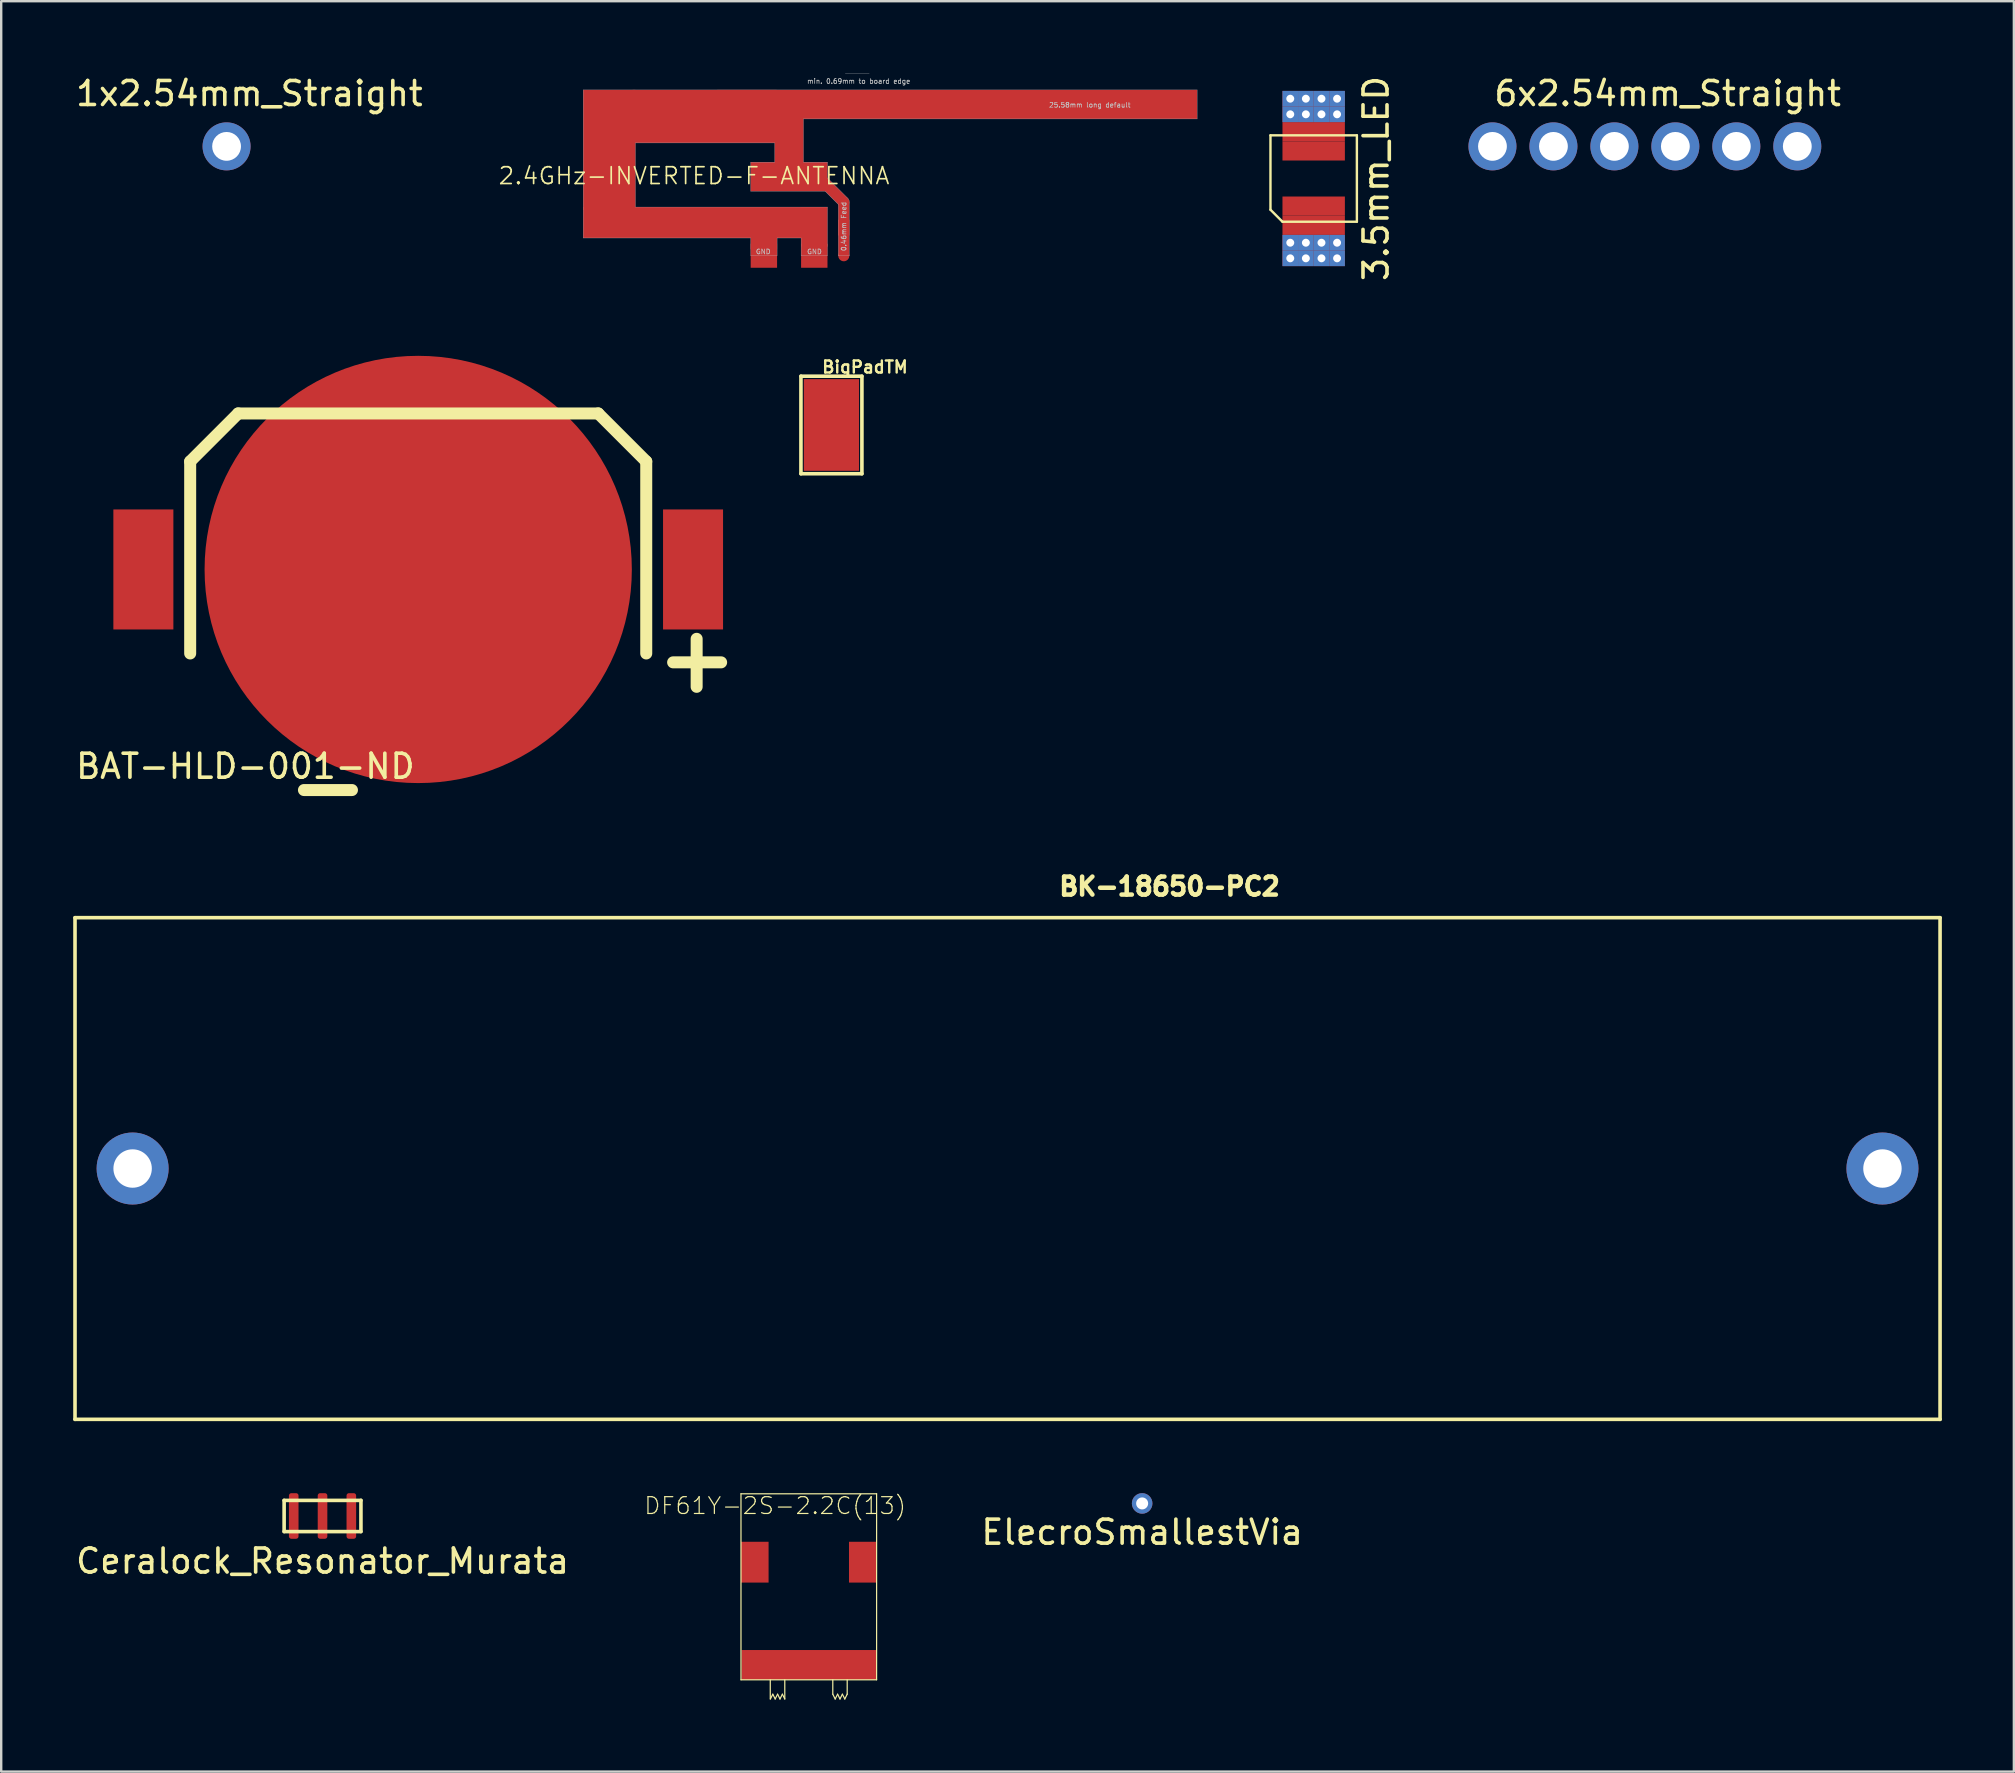
<source format=kicad_pcb>
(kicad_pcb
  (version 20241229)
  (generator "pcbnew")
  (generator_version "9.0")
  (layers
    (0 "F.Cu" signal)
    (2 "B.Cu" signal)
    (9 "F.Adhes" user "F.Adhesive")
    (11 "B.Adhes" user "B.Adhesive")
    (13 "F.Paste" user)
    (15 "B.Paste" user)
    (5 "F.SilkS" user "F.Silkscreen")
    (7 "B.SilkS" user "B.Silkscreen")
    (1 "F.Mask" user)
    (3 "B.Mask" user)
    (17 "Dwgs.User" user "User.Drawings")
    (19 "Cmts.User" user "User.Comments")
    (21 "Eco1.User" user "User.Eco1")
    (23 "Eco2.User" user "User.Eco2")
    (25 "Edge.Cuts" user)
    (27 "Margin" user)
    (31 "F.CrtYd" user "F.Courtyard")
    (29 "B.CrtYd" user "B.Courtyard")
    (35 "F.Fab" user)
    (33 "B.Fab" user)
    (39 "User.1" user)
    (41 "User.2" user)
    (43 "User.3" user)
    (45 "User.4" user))
  (footprint "DF61Y-2S-2.2C(13)"
    (layer "F.Cu")
    (at 30.645 66.932)
    (property "Reference" "DF61Y-2S-2.2C(13)" (at -1.4 -7.25 0) (layer "F.SilkS") (effects (font (size 0.7 0.7) (thickness 0.05))))
    (attr through_hole)
    (fp_line (start -2.825 -7.75) (end 2.825 -7.75) (stroke (width 0.05) (type solid)) (layer "F.SilkS"))
    (fp_line (start -2.825 0) (end -2.825 -7.75) (stroke (width 0.05) (type solid)) (layer "F.SilkS"))
    (fp_line (start -2.825 0) (end 2.825 0) (stroke (width 0.05) (type solid)) (layer "F.SilkS"))
    (fp_line (start -1.605 0) (end -1.605 0.8) (stroke (width 0.05) (type solid)) (layer "F.SilkS"))
    (fp_line (start -1.6 0.8) (end -1.5 0.6) (stroke (width 0.05) (type solid)) (layer "F.SilkS"))
    (fp_line (start -1.4 0.8) (end -1.5 0.6) (stroke (width 0.05) (type solid)) (layer "F.SilkS"))
    (fp_line (start -1.3 0.6) (end -1.4 0.8) (stroke (width 0.05) (type solid)) (layer "F.SilkS"))
    (fp_line (start -1.2 0.8) (end -1.3 0.6) (stroke (width 0.05) (type solid)) (layer "F.SilkS"))
    (fp_line (start -1.1 0.6) (end -1.2 0.8) (stroke (width 0.05) (type solid)) (layer "F.SilkS"))
    (fp_line (start -1 0.8) (end -1.1 0.6) (stroke (width 0.05) (type solid)) (layer "F.SilkS"))
    (fp_line (start -1 0.8) (end -1 0) (stroke (width 0.05) (type solid)) (layer "F.SilkS"))
    (fp_line (start 1 0.6) (end 1 0) (stroke (width 0.05) (type solid)) (layer "F.SilkS"))
    (fp_line (start 1.1 0.8) (end 1 0.6) (stroke (width 0.05) (type solid)) (layer "F.SilkS"))
    (fp_line (start 1.1 0.8) (end 1.2 0.6) (stroke (width 0.05) (type solid)) (layer "F.SilkS"))
    (fp_line (start 1.2 0.6) (end 1.3 0.8) (stroke (width 0.05) (type solid)) (layer "F.SilkS"))
    (fp_line (start 1.3 0.8) (end 1.4 0.6) (stroke (width 0.05) (type solid)) (layer "F.SilkS"))
    (fp_line (start 1.4 0.6) (end 1.5 0.8) (stroke (width 0.05) (type solid)) (layer "F.SilkS"))
    (fp_line (start 1.5 0.8) (end 1.6 0.6) (stroke (width 0.05) (type solid)) (layer "F.SilkS"))
    (fp_line (start 1.6 0.6) (end 1.6 0) (stroke (width 0.05) (type solid)) (layer "F.SilkS"))
    (fp_line (start 2.825 0) (end 2.825 -7.75) (stroke (width 0.05) (type solid)) (layer "F.SilkS"))
    (pad "1" smd rect (at -2.25 -4.9) (size 1.15 1.7) (layers "F.Cu" "F.Mask" "F.Paste"))
    (pad "2" smd rect (at 0 -0.62) (size 5.6 1.24) (layers "F.Cu" "F.Mask" "F.Paste"))
    (pad "2" smd rect (at 2.25 -4.9) (size 1.15 1.7) (layers "F.Cu" "F.Mask" "F.Paste")))
  (footprint "Ceralock_Resonator_Murata"
    (layer "F.Cu")
    (at 10.387 60.107)
    (property "Reference" "Ceralock_Resonator_Murata" (at 0 1.88 0) (layer "F.SilkS") (effects (font (size 1 1) (thickness 0.15))))
    (attr smd)
    (fp_line (start -1.6 -0.65) (end -1.6 0.65) (stroke (width 0.15) (type solid)) (layer "F.SilkS"))
    (fp_line (start -1.6 -0.65) (end 1.6 -0.65) (stroke (width 0.15) (type solid)) (layer "F.SilkS"))
    (fp_line (start -1.6 0.65) (end 1.6 0.65) (stroke (width 0.15) (type solid)) (layer "F.SilkS"))
    (fp_line (start 1.6 -0.65) (end 1.6 0.65) (stroke (width 0.15) (type solid)) (layer "F.SilkS"))
    (pad "1" smd roundrect (at 1.2 0) (size 0.4 1.9) (layers "F.Cu" "F.Mask" "F.Paste") (roundrect_rratio 0.25))
    (pad "2" smd roundrect (at 0 0) (size 0.4 1.9) (layers "F.Cu" "F.Mask" "F.Paste") (roundrect_rratio 0.25))
    (pad "3" smd roundrect (at -1.2 0) (size 0.4 1.9) (layers "F.Cu" "F.Mask" "F.Paste") (roundrect_rratio 0.25)))
  (footprint "2.4GHz-INVERTED-F-ANTENNA"
    (layer "F.Cu")
    (at 32.104 7.605)
    (property "Reference" "2.4GHz-INVERTED-F-ANTENNA" (at -6.24 -3.33 0) (layer "F.SilkS") (effects (font (size 0.7 0.7) (thickness 0.07))))
    (attr through_hole)
    (fp_line (start -10.86 -6.91) (end -10.86 -0.74) (stroke (width 0.01) (type solid)) (layer "Dwgs.User"))
    (fp_line (start -10.86 -0.74) (end -3.88 -0.74) (stroke (width 0.01) (type solid)) (layer "Dwgs.User"))
    (fp_line (start -8.68 -4.7) (end -2.88 -4.7) (stroke (width 0.01) (type solid)) (layer "Dwgs.User"))
    (fp_line (start -8.68 -2.03) (end -8.68 -4.7) (stroke (width 0.01) (type solid)) (layer "Dwgs.User"))
    (fp_line (start -3.88 -3.9) (end -3.88 -2.69) (stroke (width 0.01) (type solid)) (layer "Dwgs.User"))
    (fp_line (start -3.88 -2.69) (end -0.78 -2.69) (stroke (width 0.01) (type solid)) (layer "Dwgs.User"))
    (fp_line (start -3.88 -0.74) (end -3.88 0) (stroke (width 0.01) (type solid)) (layer "Dwgs.User"))
    (fp_line (start -3.88 0) (end -2.78 0) (stroke (width 0.01) (type solid)) (layer "Dwgs.User"))
    (fp_line (start -2.88 -4.7) (end -2.88 -3.9) (stroke (width 0.01) (type solid)) (layer "Dwgs.User"))
    (fp_line (start -2.88 -3.9) (end -3.88 -3.9) (stroke (width 0.01) (type solid)) (layer "Dwgs.User"))
    (fp_line (start -2.78 -0.74) (end -2.78 0) (stroke (width 0.01) (type solid)) (layer "Dwgs.User"))
    (fp_line (start -2.78 -0.74) (end -1.78 -0.74) (stroke (width 0.01) (type solid)) (layer "Dwgs.User"))
    (fp_line (start -1.78 -0.74) (end -1.78 0) (stroke (width 0.01) (type solid)) (layer "Dwgs.User"))
    (fp_line (start -1.78 0) (end -0.68 0) (stroke (width 0.01) (type solid)) (layer "Dwgs.User"))
    (fp_line (start -1.68 -5.7) (end 14.72 -5.7) (stroke (width 0.01) (type solid)) (layer "Dwgs.User"))
    (fp_line (start -1.68 -3.9) (end -1.68 -5.7) (stroke (width 0.01) (type solid)) (layer "Dwgs.User"))
    (fp_line (start -0.78 -2.69) (end -0.23 -2.14) (stroke (width 0.01) (type solid)) (layer "Dwgs.User"))
    (fp_line (start -0.68 -3.9) (end -1.68 -3.9) (stroke (width 0.01) (type solid)) (layer "Dwgs.User"))
    (fp_line (start -0.68 -3.24) (end -0.68 -3.9) (stroke (width 0.01) (type solid)) (layer "Dwgs.User"))
    (fp_line (start -0.68 -2.03) (end -8.68 -2.03) (stroke (width 0.01) (type solid)) (layer "Dwgs.User"))
    (fp_line (start -0.68 0) (end -0.68 -2.03) (stroke (width 0.01) (type solid)) (layer "Dwgs.User"))
    (fp_line (start -0.23 0) (end -0.23 -2.14) (stroke (width 0.01) (type solid)) (layer "Dwgs.User"))
    (fp_line (start 0.18 -2.38) (end -0.68 -3.24) (stroke (width 0.01) (type solid)) (layer "Dwgs.User"))
    (fp_line (start 0.22 -2.31) (end 0.18 -2.38) (stroke (width 0.01) (type solid)) (layer "Dwgs.User"))
    (fp_line (start 0.23 -2.24) (end 0.22 -2.31) (stroke (width 0.01) (type solid)) (layer "Dwgs.User"))
    (fp_line (start 0.23 0) (end -0.23 0) (stroke (width 0.01) (type solid)) (layer "Dwgs.User"))
    (fp_line (start 0.23 0) (end 0.23 -2.24) (stroke (width 0.01) (type solid)) (layer "Dwgs.User"))
    (fp_line (start 1.06 -7.6) (end 0.06 -7.6) (stroke (width 0.01) (type solid)) (layer "Dwgs.User"))
    (fp_line (start 14.72 -6.91) (end -10.86 -6.91) (stroke (width 0.01) (type solid)) (layer "Dwgs.User"))
    (fp_line (start 14.72 -5.7) (end 14.72 -6.91) (stroke (width 0.01) (type solid)) (layer "Dwgs.User"))
    (fp_text user "min. 0.69mm to board edge" (at 0.62 -7.27 0) (layer "Dwgs.User") (effects (font (size 0.2 0.2) (thickness 0.03))))
    (fp_text user "GND          GND" (at -2.29 -0.17 0) (layer "Dwgs.User") (effects (font (size 0.2 0.2) (thickness 0.03))))
    (fp_text user "0.46mm Feed" (at 0 -1.22 90) (layer "Dwgs.User") (effects (font (size 0.2 0.2) (thickness 0.03))))
    (fp_text user "25.58mm long default" (at 10.25 -6.28 0) (layer "Dwgs.User") (effects (font (size 0.2 0.2) (thickness 0.03))))
    (pad "1" smd rect (at -9.77 -4.41) (size 2.18 5) (layers "F.Cu"))
    (pad "1" smd rect (at -5.86 -1.385) (size 10 1.29) (layers "F.Cu"))
    (pad "1" smd rect (at -5.8 -5.805) (size 6 2.21) (layers "F.Cu"))
    (pad "1" smd rect (at -3.33 -1.03) (size 1.1 1.524) (layers "F.Cu"))
    (pad "1" smd rect (at -2.28 -4.52) (size 1.2 3) (layers "F.Cu"))
    (pad "1" smd rect (at -2.28 -3.295) (size 3.2 1.21) (layers "F.Cu"))
    (pad "1" smd rect (at -1.23 -1.205) (size 1.1 1.651) (layers "F.Cu"))
    (pad "1" smd rect (at -0.495 -2.73 45) (size 0.46 1.4) (layers "F.Cu"))
    (pad "1" smd circle (at 0 -2.235) (size 0.46 0.46) (layers "F.Cu"))
    (pad "1" smd rect (at 0 -1.54) (size 0.46 1.39) (layers "F.Cu"))
    (pad "1" smd rect (at 0 -0.75) (size 0.46 1.5) (layers "F.Cu"))
    (pad "1" smd circle (at 0 0) (size 0.46 0.46) (layers "F.Cu"))
    (pad "1" smd rect (at 4.72 -6.305) (size 20 1.21) (layers "F.Cu"))
    (pad "2" smd rect (at -3.33 0) (size 1.1 1) (layers "F.Cu"))
    (pad "2" smd rect (at -1.23 0) (size 1.1 1) (layers "F.Cu")))
  (footprint "BK-18650-PC2"
    (layer "F.Cu")
    (at 38.925 45.632)
    (property "Reference" "BK-18650-PC2" (at 6.75 -11.75 0) (layer "F.SilkS") (effects (font (size 0.75 0.75) (thickness 0.188))))
    (attr through_hole)
    (fp_line (start -38.85 -10.45) (end -38.85 10.45) (stroke (width 0.15) (type solid)) (layer "F.SilkS"))
    (fp_line (start -38.85 10.45) (end 38.85 10.45) (stroke (width 0.15) (type solid)) (layer "F.SilkS"))
    (fp_line (start 38.85 -10.45) (end -38.85 -10.45) (stroke (width 0.15) (type solid)) (layer "F.SilkS"))
    (fp_line (start 38.85 10.45) (end 38.85 -10.45) (stroke (width 0.15) (type solid)) (layer "F.SilkS"))
    (pad "1+" thru_hole circle (at -36.45 0) (size 3 3) (drill 1.6) (layers "*.Cu" "*.Mask"))
    (pad "1-" thru_hole circle (at 36.45 0) (size 3 3) (drill 1.6) (layers "*.Cu" "*.Mask")))
  (footprint "1x2.54mm_Straight"
    (layer "F.Cu")
    (at 6.389 3.048)
    (property "Reference" "1x2.54mm_Straight" (at 0.95 -2.2 0) (layer "F.SilkS") (effects (font (size 1 1) (thickness 0.15))))
    (attr through_hole)
    (pad "1" thru_hole circle (at 0 0) (size 2 2) (drill 1.2) (layers "*.Cu" "*.Mask")))
  (footprint "6x2.54mm_Straight"
    (layer "F.Cu")
    (at 65.477 3.048)
    (property "Reference" "6x2.54mm_Straight" (at 0.95 -2.2 0) (layer "F.SilkS") (effects (font (size 1 1) (thickness 0.15))))
    (attr through_hole)
    (pad "1" thru_hole circle (at -6.35 0) (size 2 2) (drill 1.2) (layers "*.Cu" "*.Mask"))
    (pad "2" thru_hole circle (at -3.81 0) (size 2 2) (drill 1.2) (layers "*.Cu" "*.Mask"))
    (pad "3" thru_hole circle (at -1.27 0) (size 2 2) (drill 1.2) (layers "*.Cu" "*.Mask"))
    (pad "4" thru_hole circle (at 1.27 0) (size 2 2) (drill 1.2) (layers "*.Cu" "*.Mask"))
    (pad "5" thru_hole circle (at 3.81 0) (size 2 2) (drill 1.2) (layers "*.Cu" "*.Mask"))
    (pad "6" thru_hole circle (at 6.35 0) (size 2 2) (drill 1.2) (layers "*.Cu" "*.Mask")))
  (footprint "3.5mm_LED"
    (layer "F.Cu")
    (at 51.679 4.387)
    (property "Reference" "3.5mm_LED" (at 2.6 0 90) (layer "F.SilkS") (effects (font (size 1 1) (thickness 0.15))))
    (attr through_hole)
    (fp_line (start -1.8 -1.8) (end -1.8 1.3) (stroke (width 0.1) (type solid)) (layer "F.SilkS"))
    (fp_line (start -1.8 1.3) (end -1.3 1.8) (stroke (width 0.1) (type solid)) (layer "F.SilkS"))
    (fp_line (start -1.3 1.8) (end 1.8 1.8) (stroke (width 0.1) (type solid)) (layer "F.SilkS"))
    (fp_line (start 1.8 -1.8) (end -1.8 -1.8) (stroke (width 0.1) (type solid)) (layer "F.SilkS"))
    (fp_line (start 1.8 1.8) (end 1.8 -1.8) (stroke (width 0.1) (type solid)) (layer "F.SilkS"))
    (pad "1" thru_hole rect (at -0.975 -3.325) (size 0.65 0.65) (drill 0.33) (layers "*.Cu"))
    (pad "1" thru_hole rect (at -0.975 -2.675) (size 0.65 0.65) (drill 0.33) (layers "*.Cu"))
    (pad "1" thru_hole rect (at -0.325 -3.325) (size 0.65 0.65) (drill 0.33) (layers "*.Cu"))
    (pad "1" thru_hole rect (at -0.325 -2.675) (size 0.65 0.65) (drill 0.33) (layers "*.Cu"))
    (pad "1" smd rect (at 0 -1.95) (size 2.6 0.8) (layers "F.Cu"))
    (pad "1" smd rect (at 0 -1.15) (size 2.6 0.8) (layers "F.Cu" "F.Mask" "F.Paste"))
    (pad "1" thru_hole rect (at 0.325 -3.325) (size 0.65 0.65) (drill 0.33) (layers "*.Cu"))
    (pad "1" thru_hole rect (at 0.325 -2.675) (size 0.65 0.65) (drill 0.33) (layers "*.Cu"))
    (pad "1" thru_hole rect (at 0.975 -3.325) (size 0.65 0.65) (drill 0.33) (layers "*.Cu"))
    (pad "1" thru_hole rect (at 0.975 -2.675) (size 0.65 0.65) (drill 0.33) (layers "*.Cu"))
    (pad "2" thru_hole rect (at -0.975 2.675) (size 0.65 0.65) (drill 0.33) (layers "*.Cu"))
    (pad "2" thru_hole rect (at -0.975 3.325) (size 0.65 0.65) (drill 0.33) (layers "*.Cu"))
    (pad "2" thru_hole rect (at -0.325 2.675) (size 0.65 0.65) (drill 0.33) (layers "*.Cu"))
    (pad "2" thru_hole rect (at -0.325 3.325) (size 0.65 0.65) (drill 0.33) (layers "*.Cu"))
    (pad "2" smd rect (at 0 1.15) (size 2.6 0.8) (layers "F.Cu" "F.Mask" "F.Paste"))
    (pad "2" smd rect (at 0 1.95) (size 2.6 0.8) (layers "F.Cu"))
    (pad "2" thru_hole rect (at 0.325 2.675) (size 0.65 0.65) (drill 0.33) (layers "*.Cu"))
    (pad "2" thru_hole rect (at 0.325 3.325) (size 0.65 0.65) (drill 0.33) (layers "*.Cu"))
    (pad "2" thru_hole rect (at 0.975 2.675) (size 0.65 0.65) (drill 0.33) (layers "*.Cu"))
    (pad "2" thru_hole rect (at 0.975 3.325) (size 0.65 0.65) (drill 0.33) (layers "*.Cu")))
  (footprint "BigPadTM"
    (layer "F.Cu")
    (at 31.588 14.655)
    (property "Reference" "BigPadTM" (at 1.397 -2.413 0) (layer "F.SilkS") (effects (font (size 0.5 0.5) (thickness 0.1))))
    (attr through_hole)
    (fp_line (start -1.27 -2.032) (end 1.27 -2.032) (stroke (width 0.15) (type solid)) (layer "F.SilkS"))
    (fp_line (start -1.27 2.032) (end -1.27 -2.032) (stroke (width 0.15) (type solid)) (layer "F.SilkS"))
    (fp_line (start 1.27 -2.032) (end 1.27 2.032) (stroke (width 0.15) (type solid)) (layer "F.SilkS"))
    (fp_line (start 1.27 2.032) (end -1.27 2.032) (stroke (width 0.15) (type solid)) (layer "F.SilkS"))
    (pad "1" smd rect (at 0 0) (size 2.3 3.82) (layers "F.Cu" "F.Mask" "F.Paste")))
  (footprint "BAT-HLD-001-ND"
    (layer "F.Cu")
    (at 14.373 20.674)
    (property "Reference" "BAT-HLD-001-ND" (at -7.2 8.2 0) (layer "F.SilkS") (effects (font (size 1 1) (thickness 0.15))))
    (attr through_hole)
    (fp_line (start -9.5 -4.5) (end -7.5 -6.5) (stroke (width 0.5) (type solid)) (layer "F.SilkS"))
    (fp_line (start -9.5 3.5) (end -9.5 -4.5) (stroke (width 0.5) (type solid)) (layer "F.SilkS"))
    (fp_line (start -7.5 -6.5) (end 7.5 -6.5) (stroke (width 0.5) (type solid)) (layer "F.SilkS"))
    (fp_line (start -4.76 9.19) (end -2.76 9.19) (stroke (width 0.5) (type solid)) (layer "F.SilkS"))
    (fp_line (start 7.5 -6.5) (end 9.5 -4.5) (stroke (width 0.5) (type solid)) (layer "F.SilkS"))
    (fp_line (start 9.5 -4.5) (end 9.5 3.5) (stroke (width 0.5) (type solid)) (layer "F.SilkS"))
    (fp_line (start 10.62 3.87) (end 12.62 3.87) (stroke (width 0.5) (type solid)) (layer "F.SilkS"))
    (fp_line (start 11.6 2.89) (end 11.6 4.89) (stroke (width 0.5) (type solid)) (layer "F.SilkS"))
    (pad "1" connect circle (at 0 0) (size 17.8 17.8) (layers "F.Cu" "F.Mask"))
    (pad "2" smd rect (at -11.45 0) (size 2.5 5) (layers "F.Cu" "F.Mask" "F.Paste"))
    (pad "2" smd rect (at 11.45 0) (size 2.5 5) (layers "F.Cu" "F.Mask" "F.Paste")))
  (footprint "ElecroSmallestVia"
    (layer "F.Cu")
    (at 44.533 59.584)
    (property "Reference" "ElecroSmallestVia" (at 0 1.2 0) (layer "F.SilkS") (effects (font (size 1 1) (thickness 0.15))))
    (attr through_hole)
    (pad "1" thru_hole circle (at 0 0) (size 0.856 0.856) (drill 0.5) (layers "*.Cu")))
  (gr_rect
    (start -3 -3)
    (end 80.85 70.757)
    (stroke (width 0.1) (type default))
    (fill no)
    (layer "Edge.Cuts")))
</source>
